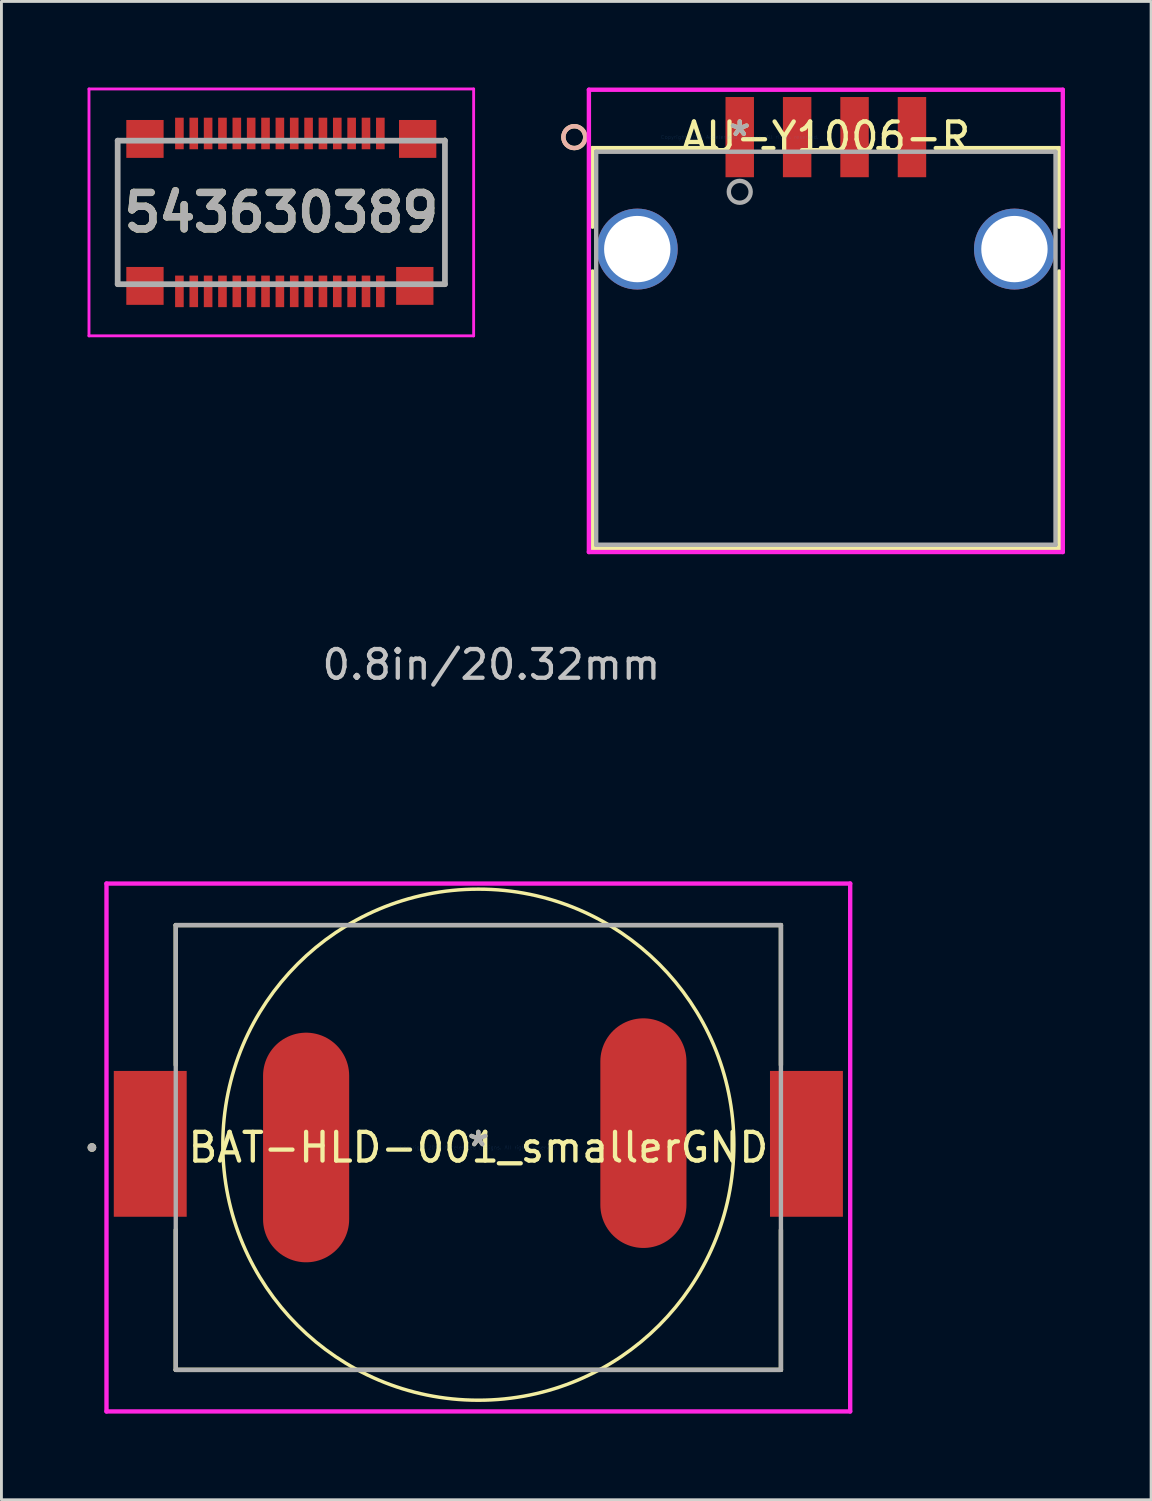
<source format=kicad_pcb>
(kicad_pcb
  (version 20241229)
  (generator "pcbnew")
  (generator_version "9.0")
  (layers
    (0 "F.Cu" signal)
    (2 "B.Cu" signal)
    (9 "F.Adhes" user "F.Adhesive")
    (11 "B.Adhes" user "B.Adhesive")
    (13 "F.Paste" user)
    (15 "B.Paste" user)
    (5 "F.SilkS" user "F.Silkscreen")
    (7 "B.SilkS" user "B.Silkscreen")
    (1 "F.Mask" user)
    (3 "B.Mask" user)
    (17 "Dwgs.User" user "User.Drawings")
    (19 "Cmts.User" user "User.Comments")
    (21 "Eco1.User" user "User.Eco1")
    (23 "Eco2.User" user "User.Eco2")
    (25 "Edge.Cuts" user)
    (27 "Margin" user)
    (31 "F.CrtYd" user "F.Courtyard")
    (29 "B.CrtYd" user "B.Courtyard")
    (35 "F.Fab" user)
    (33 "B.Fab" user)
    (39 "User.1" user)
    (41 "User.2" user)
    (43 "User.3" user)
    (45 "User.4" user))
  (footprint "BAT-HLD-001_smallerGND"
    (layer "F.Cu")
    (at 13.614 36.925)
    (property "Reference" "BAT-HLD-001_smallerGND" (at 0 0 180) (layer "F.SilkS") (effects (font (size 1 1) (thickness 0.15))))
    (attr through_hole)
    (fp_line (start -10.541 -7.747) (end -10.541 -2.873) (stroke (width 0.152) (type solid)) (layer "F.SilkS"))
    (fp_line (start -10.541 2.873) (end -10.541 7.747) (stroke (width 0.152) (type solid)) (layer "F.SilkS"))
    (fp_line (start -10.541 7.747) (end 10.541 7.747) (stroke (width 0.152) (type solid)) (layer "F.SilkS"))
    (fp_line (start 10.541 -7.747) (end -10.541 -7.747) (stroke (width 0.152) (type solid)) (layer "F.SilkS"))
    (fp_line (start 10.541 -2.873) (end 10.541 -7.747) (stroke (width 0.152) (type solid)) (layer "F.SilkS"))
    (fp_line (start 10.541 7.747) (end 10.541 2.873) (stroke (width 0.152) (type solid)) (layer "F.SilkS"))
    (fp_circle (center -13.462 0) (end -13.386 0) (stroke (width 0.152) (type solid)) (fill no) (layer "F.SilkS"))
    (fp_circle (center 0 -0.098) (end 5.5 6.902) (stroke (width 0.12) (type solid)) (fill no) (layer "F.SilkS"))
    (fp_line (start -12.954 -9.195) (end 12.954 -9.195) (stroke (width 0.152) (type solid)) (layer "F.CrtYd"))
    (fp_line (start -12.954 9.195) (end -12.954 -9.195) (stroke (width 0.152) (type solid)) (layer "F.CrtYd"))
    (fp_line (start 12.954 -9.195) (end 12.954 9.195) (stroke (width 0.152) (type solid)) (layer "F.CrtYd"))
    (fp_line (start 12.954 9.195) (end -12.954 9.195) (stroke (width 0.152) (type solid)) (layer "F.CrtYd"))
    (fp_line (start -10.541 -7.747) (end -10.541 7.747) (stroke (width 0.152) (type solid)) (layer "F.Fab"))
    (fp_line (start -10.541 7.747) (end 10.541 7.747) (stroke (width 0.152) (type solid)) (layer "F.Fab"))
    (fp_line (start 10.541 -7.747) (end -10.541 -7.747) (stroke (width 0.152) (type solid)) (layer "F.Fab"))
    (fp_line (start 10.541 7.747) (end 10.541 -7.747) (stroke (width 0.152) (type solid)) (layer "F.Fab"))
    (fp_circle (center -13.462 0) (end -13.386 0) (stroke (width 0.152) (type solid)) (fill no) (layer "F.Fab"))
    (fp_text user "*" (at 0 0 180) (layer "F.SilkS") (effects (font (size 1 1) (thickness 0.15))))
    (fp_text user "0.8in/20.32mm" (at 0.455 -16.82 180) (layer "Dwgs.User") (effects (font (size 1 1) (thickness 0.15))))
    (fp_text user "Copyright 2016 Accelerated Designs. All rights reserved." (at 0 0 180) (layer "Cmts.User") (effects (font (size 0.127 0.127) (thickness 0.002))))
    (fp_text user "*" (at 0 0 180) (layer "F.Fab") (effects (font (size 1 1) (thickness 0.15))))
    (pad "1" smd rect (at -11.43 -0.127) (size 2.54 5.08) (layers "F.Cu" "F.Mask" "F.Paste"))
    (pad "2" smd oval (at -6 0) (size 3 8) (layers "F.Cu" "F.Mask" "F.Paste"))
    (pad "3" smd rect (at 11.43 -0.127) (size 2.54 5.08) (layers "F.Cu" "F.Mask" "F.Paste"))
    (pad "4" smd oval (at 5.75 -0.5) (size 3 8) (layers "F.Cu" "F.Mask" "F.Paste")))
  (footprint "543630389"
    (layer "F.Cu")
    (at 6.7 4.35)
    (property "Reference" "543630389" (at 0.05 0 0) (layer "F.SilkS") (effects (font (size 1.27 1.27) (thickness 0.254))))
    (attr smd)
    (fp_line (start -5.65 -2.5) (end -5.65 2.5) (stroke (width 0.1) (type solid)) (layer "F.SilkS"))
    (fp_line (start 5.75 -2.56) (end 5.75 2.5) (stroke (width 0.1) (type solid)) (layer "F.SilkS"))
    (fp_line (start -6.65 -4.3) (end 6.75 -4.3) (stroke (width 0.1) (type solid)) (layer "F.CrtYd"))
    (fp_line (start -6.65 4.3) (end -6.65 -4.3) (stroke (width 0.1) (type solid)) (layer "F.CrtYd"))
    (fp_line (start 6.75 -4.3) (end 6.75 4.3) (stroke (width 0.1) (type solid)) (layer "F.CrtYd"))
    (fp_line (start 6.75 4.3) (end -6.65 4.3) (stroke (width 0.1) (type solid)) (layer "F.CrtYd"))
    (fp_line (start -5.65 -2.5) (end 5.75 -2.5) (stroke (width 0.2) (type solid)) (layer "F.Fab"))
    (fp_line (start -5.65 2.5) (end -5.65 -2.5) (stroke (width 0.2) (type solid)) (layer "F.Fab"))
    (fp_line (start 5.75 -2.5) (end 5.75 2.5) (stroke (width 0.2) (type solid)) (layer "F.Fab"))
    (fp_line (start 5.75 2.5) (end -5.65 2.5) (stroke (width 0.2) (type solid)) (layer "F.Fab"))
    (fp_text user "${REFERENCE}" (at 0.05 0 0) (layer "F.Fab") (effects (font (size 1.27 1.27) (thickness 0.254))))
    (pad "1" smd rect (at -3.5 2.75) (size 0.3 1.1) (layers "F.Cu" "F.Mask" "F.Paste"))
    (pad "2" smd rect (at -3.5 -2.75) (size 0.3 1.1) (layers "F.Cu" "F.Mask" "F.Paste"))
    (pad "3" smd rect (at -3 2.75) (size 0.3 1.1) (layers "F.Cu" "F.Mask" "F.Paste"))
    (pad "4" smd rect (at -3 -2.75) (size 0.3 1.1) (layers "F.Cu" "F.Mask" "F.Paste"))
    (pad "5" smd rect (at -2.5 2.75) (size 0.3 1.1) (layers "F.Cu" "F.Mask" "F.Paste"))
    (pad "6" smd rect (at -2.5 -2.75) (size 0.3 1.1) (layers "F.Cu" "F.Mask" "F.Paste"))
    (pad "7" smd rect (at -2 2.75) (size 0.3 1.1) (layers "F.Cu" "F.Mask" "F.Paste"))
    (pad "8" smd rect (at -2 -2.75) (size 0.3 1.1) (layers "F.Cu" "F.Mask" "F.Paste"))
    (pad "9" smd rect (at -1.5 2.75) (size 0.3 1.1) (layers "F.Cu" "F.Mask" "F.Paste"))
    (pad "10" smd rect (at -1.5 -2.75) (size 0.3 1.1) (layers "F.Cu" "F.Mask" "F.Paste"))
    (pad "11" smd rect (at -1 2.75) (size 0.3 1.1) (layers "F.Cu" "F.Mask" "F.Paste"))
    (pad "12" smd rect (at -1 -2.75) (size 0.3 1.1) (layers "F.Cu" "F.Mask" "F.Paste"))
    (pad "13" smd rect (at -0.5 2.75) (size 0.3 1.1) (layers "F.Cu" "F.Mask" "F.Paste"))
    (pad "14" smd rect (at -0.5 -2.75) (size 0.3 1.1) (layers "F.Cu" "F.Mask" "F.Paste"))
    (pad "15" smd rect (at 0 2.75) (size 0.3 1.1) (layers "F.Cu" "F.Mask" "F.Paste"))
    (pad "16" smd rect (at 0 -2.75) (size 0.3 1.1) (layers "F.Cu" "F.Mask" "F.Paste"))
    (pad "17" smd rect (at 0.5 2.75) (size 0.3 1.1) (layers "F.Cu" "F.Mask" "F.Paste"))
    (pad "18" smd rect (at 0.5 -2.75) (size 0.3 1.1) (layers "F.Cu" "F.Mask" "F.Paste"))
    (pad "19" smd rect (at 1 2.75) (size 0.3 1.1) (layers "F.Cu" "F.Mask" "F.Paste"))
    (pad "20" smd rect (at 1 -2.75) (size 0.3 1.1) (layers "F.Cu" "F.Mask" "F.Paste"))
    (pad "21" smd rect (at 1.5 2.75) (size 0.3 1.1) (layers "F.Cu" "F.Mask" "F.Paste"))
    (pad "22" smd rect (at 1.5 -2.75) (size 0.3 1.1) (layers "F.Cu" "F.Mask" "F.Paste"))
    (pad "23" smd rect (at 2 2.75) (size 0.3 1.1) (layers "F.Cu" "F.Mask" "F.Paste"))
    (pad "24" smd rect (at 2 -2.75) (size 0.3 1.1) (layers "F.Cu" "F.Mask" "F.Paste"))
    (pad "25" smd rect (at 2.5 2.75) (size 0.3 1.1) (layers "F.Cu" "F.Mask" "F.Paste"))
    (pad "26" smd rect (at 2.5 -2.75) (size 0.3 1.1) (layers "F.Cu" "F.Mask" "F.Paste"))
    (pad "27" smd rect (at 3 2.75) (size 0.3 1.1) (layers "F.Cu" "F.Mask" "F.Paste"))
    (pad "28" smd rect (at 3 -2.75) (size 0.3 1.1) (layers "F.Cu" "F.Mask" "F.Paste"))
    (pad "29" smd rect (at 3.5 2.75) (size 0.3 1.1) (layers "F.Cu" "F.Mask" "F.Paste"))
    (pad "30" smd rect (at 3.5 -2.75) (size 0.3 1.1) (layers "F.Cu" "F.Mask" "F.Paste"))
    (pad "MP1" smd rect (at -4.7 2.56) (size 1.3 1.32) (layers "F.Cu" "F.Mask" "F.Paste"))
    (pad "MP2" smd rect (at -4.7 -2.56) (size 1.3 1.32) (layers "F.Cu" "F.Mask" "F.Paste"))
    (pad "MP3" smd rect (at 4.7 2.56) (size 1.3 1.32) (layers "F.Cu" "F.Mask" "F.Paste"))
    (pad "MP4" smd rect (at 4.8 -2.56) (size 1.3 1.32) (layers "F.Cu" "F.Mask" "F.Paste")))
  (footprint "AU-Y1006-R"
    (layer "F.Cu")
    (at 22.72 1.727)
    (property "Reference" "AU-Y1006-R" (at 3 0 0) (layer "F.SilkS") (effects (font (size 1 1) (thickness 0.15))))
    (attr through_hole)
    (fp_line (start -5.128 0.382) (end -5.128 3.12) (stroke (width 0.152) (type solid)) (layer "F.SilkS"))
    (fp_line (start -5.128 4.68) (end -5.128 14.327) (stroke (width 0.152) (type solid)) (layer "F.SilkS"))
    (fp_line (start -5.128 14.327) (end 11.128 14.327) (stroke (width 0.152) (type solid)) (layer "F.SilkS"))
    (fp_line (start -0.828 0.382) (end -5.128 0.382) (stroke (width 0.152) (type solid)) (layer "F.SilkS"))
    (fp_line (start 1.172 0.382) (end 0.828 0.382) (stroke (width 0.152) (type solid)) (layer "F.SilkS"))
    (fp_line (start 3.172 0.382) (end 2.828 0.382) (stroke (width 0.152) (type solid)) (layer "F.SilkS"))
    (fp_line (start 5.172 0.382) (end 4.828 0.382) (stroke (width 0.152) (type solid)) (layer "F.SilkS"))
    (fp_line (start 11.128 0.382) (end 6.828 0.382) (stroke (width 0.152) (type solid)) (layer "F.SilkS"))
    (fp_line (start 11.128 3.12) (end 11.128 0.382) (stroke (width 0.152) (type solid)) (layer "F.SilkS"))
    (fp_line (start 11.128 14.327) (end 11.128 4.68) (stroke (width 0.152) (type solid)) (layer "F.SilkS"))
    (fp_circle (center -5.763 0) (end -5.382 0) (stroke (width 0.152) (type solid)) (fill no) (layer "F.SilkS"))
    (fp_circle (center -5.763 0) (end -5.382 0) (stroke (width 0.152) (type solid)) (fill no) (layer "B.SilkS"))
    (fp_line (start -5.255 -1.651) (end -5.255 14.454) (stroke (width 0.152) (type solid)) (layer "F.CrtYd"))
    (fp_line (start -5.255 14.454) (end 11.255 14.454) (stroke (width 0.152) (type solid)) (layer "F.CrtYd"))
    (fp_line (start 11.255 -1.651) (end -5.255 -1.651) (stroke (width 0.152) (type solid)) (layer "F.CrtYd"))
    (fp_line (start 11.255 14.454) (end 11.255 -1.651) (stroke (width 0.152) (type solid)) (layer "F.CrtYd"))
    (fp_line (start -5.001 0.509) (end -5.001 14.2) (stroke (width 0.152) (type solid)) (layer "F.Fab"))
    (fp_line (start -5.001 14.2) (end 11.001 14.2) (stroke (width 0.152) (type solid)) (layer "F.Fab"))
    (fp_line (start 11.001 0.509) (end -5.001 0.509) (stroke (width 0.152) (type solid)) (layer "F.Fab"))
    (fp_line (start 11.001 14.2) (end 11.001 0.509) (stroke (width 0.152) (type solid)) (layer "F.Fab"))
    (fp_circle (center 0 1.905) (end 0.381 1.905) (stroke (width 0.152) (type solid)) (fill no) (layer "F.Fab"))
    (fp_text user "*" (at 0 0 0) (layer "F.SilkS") (effects (font (size 1 1) (thickness 0.15))))
    (fp_text user "Copyright 2016 Accelerated Designs. All rights reserved." (at 0 0 0) (layer "Cmts.User") (effects (font (size 0.127 0.127) (thickness 0.002))))
    (fp_text user "*" (at 0 0 0) (layer "F.Fab") (effects (font (size 1 1) (thickness 0.15))))
    (pad "1" smd rect (at 0 0) (size 0.991 2.794) (layers "F.Cu" "F.Mask" "F.Paste"))
    (pad "2" smd rect (at 2 0) (size 0.991 2.794) (layers "F.Cu" "F.Mask" "F.Paste"))
    (pad "3" smd rect (at 4 0) (size 0.991 2.794) (layers "F.Cu" "F.Mask" "F.Paste"))
    (pad "4" smd rect (at 6 0) (size 0.991 2.794) (layers "F.Cu" "F.Mask" "F.Paste"))
    (pad "5" thru_hole circle (at -3.57 3.9 90) (size 2.819 2.819) (drill 2.311) (layers "*.Cu" "*.Mask"))
    (pad "6" thru_hole circle (at 9.57 3.9 90) (size 2.819 2.819) (drill 2.311) (layers "*.Cu" "*.Mask")))
  (gr_rect
    (start -3 -3)
    (end 37.051 49.196)
    (stroke (width 0.1) (type default))
    (fill no)
    (layer "Edge.Cuts")))
</source>
